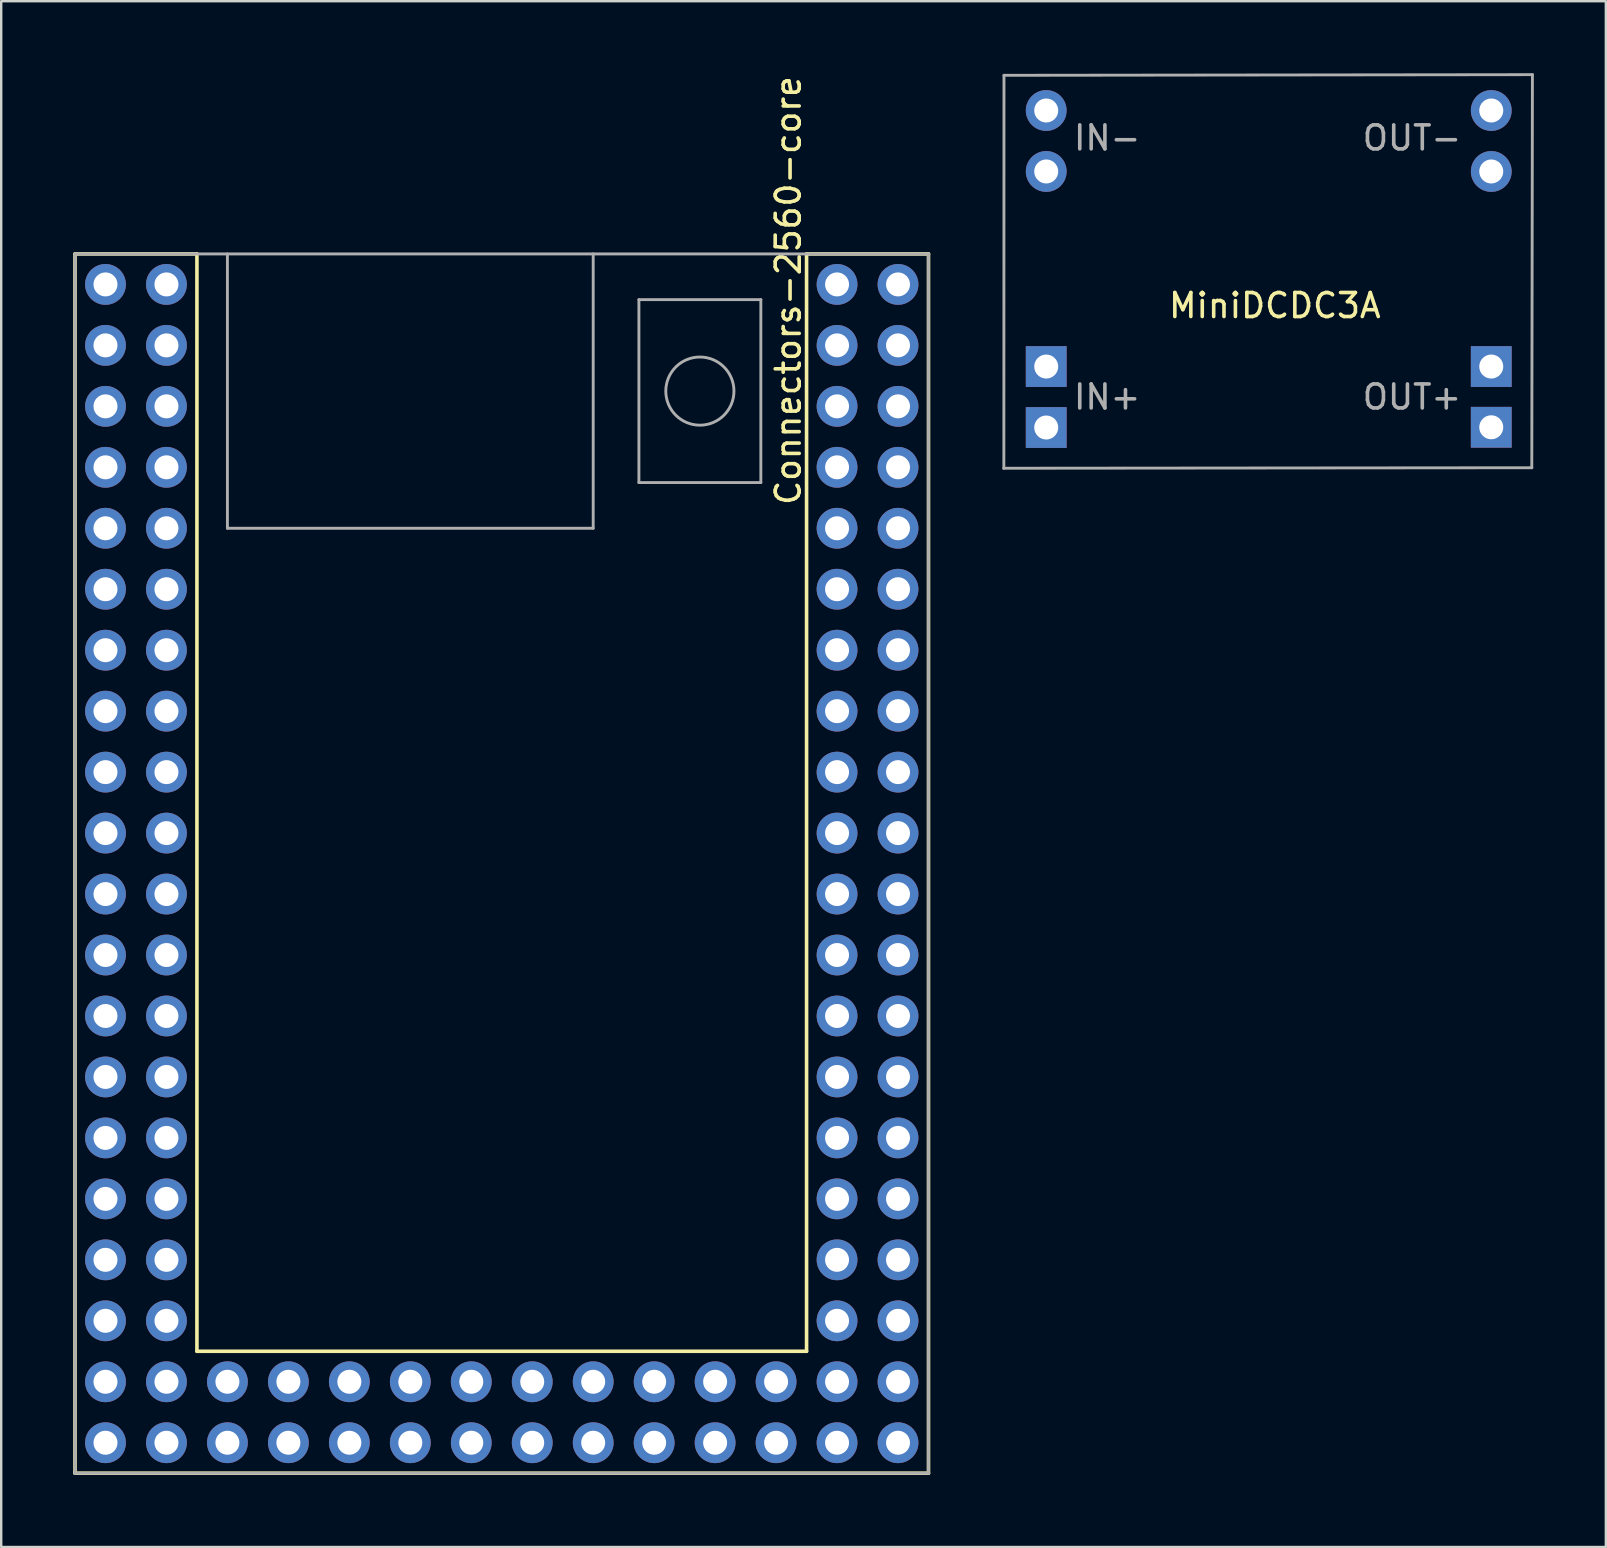
<source format=kicad_pcb>
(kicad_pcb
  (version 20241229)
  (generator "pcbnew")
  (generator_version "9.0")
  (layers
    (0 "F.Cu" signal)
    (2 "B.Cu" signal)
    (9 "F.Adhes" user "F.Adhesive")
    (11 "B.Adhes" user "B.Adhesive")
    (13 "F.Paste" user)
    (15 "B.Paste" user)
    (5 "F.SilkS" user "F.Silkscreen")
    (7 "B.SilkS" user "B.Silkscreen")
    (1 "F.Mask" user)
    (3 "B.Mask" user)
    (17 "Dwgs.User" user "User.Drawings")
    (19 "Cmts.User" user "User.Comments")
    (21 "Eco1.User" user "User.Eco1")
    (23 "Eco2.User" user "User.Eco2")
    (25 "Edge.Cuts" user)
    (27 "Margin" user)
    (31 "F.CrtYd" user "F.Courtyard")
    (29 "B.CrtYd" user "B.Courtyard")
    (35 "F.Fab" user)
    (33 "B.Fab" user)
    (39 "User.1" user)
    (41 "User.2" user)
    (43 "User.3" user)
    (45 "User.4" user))
  (footprint "MiniDCDC3A"
    (layer "F.Cu")
    (at 40.54 14.762)
    (property "Reference" "MiniDCDC3A" (at 9.525 -5.08 0) (layer "F.SilkS") (effects (font (size 1 1) (thickness 0.15))))
    (attr through_hole)
    (fp_line (start -1.77 1.697) (end 20.231 1.676) (stroke (width 0.12) (type solid)) (layer "F.Fab"))
    (fp_line (start -1.76 -14.674) (end -1.765 1.702) (stroke (width 0.12) (type solid)) (layer "F.Fab"))
    (fp_line (start 20.231 1.676) (end 20.257 -14.702) (stroke (width 0.12) (type solid)) (layer "F.Fab"))
    (fp_line (start 20.257 -14.702) (end -1.76 -14.674) (stroke (width 0.12) (type solid)) (layer "F.Fab"))
    (fp_text user "IN-" (at 2.54 -12.065 0) (layer "F.Fab") (effects (font (size 1 1) (thickness 0.15))))
    (fp_text user "OUT+" (at 15.24 -1.27 0) (layer "F.Fab") (effects (font (size 1 1) (thickness 0.15))))
    (fp_text user "OUT-" (at 15.24 -12.065 0) (layer "F.Fab") (effects (font (size 1 1) (thickness 0.15))))
    (fp_text user "IN+" (at 2.54 -1.27 0) (layer "F.Fab") (effects (font (size 1 1) (thickness 0.15))))
    (pad "1" thru_hole circle (at 0 -13.208) (size 1.7 1.7) (drill 1) (layers "*.Cu" "*.Mask"))
    (pad "2" thru_hole circle (at 0 -10.668) (size 1.7 1.7) (drill 1) (layers "*.Cu" "*.Mask"))
    (pad "3" thru_hole rect (at 0 -2.54) (size 1.7 1.7) (drill 1) (layers "*.Cu" "*.Mask"))
    (pad "4" thru_hole rect (at 0 0) (size 1.7 1.7) (drill 1) (layers "*.Cu" "*.Mask"))
    (pad "5" thru_hole rect (at 18.542 -0.01) (size 1.7 1.7) (drill 1) (layers "*.Cu" "*.Mask"))
    (pad "6" thru_hole rect (at 18.542 -2.54) (size 1.7 1.7) (drill 1) (layers "*.Cu" "*.Mask"))
    (pad "7" thru_hole circle (at 18.542 -10.668) (size 1.7 1.7) (drill 1) (layers "*.Cu" "*.Mask"))
    (pad "8" thru_hole circle (at 18.542 -13.208) (size 1.7 1.7) (drill 1) (layers "*.Cu" "*.Mask")))
  (footprint "Connectors-2560-core"
    (layer "F.Cu")
    (at 16.585 20.23)
    (property "Reference" "Connectors-2560-core" (at 13.208 -11.176 270) (layer "F.SilkS") (effects (font (size 1 1) (thickness 0.15))))
    (attr through_hole)
    (fp_line (start -16.51 -12.7) (end -16.51 38.1) (stroke (width 0.15) (type solid)) (layer "F.SilkS"))
    (fp_line (start -16.51 -12.7) (end -11.43 -12.7) (stroke (width 0.15) (type solid)) (layer "F.SilkS"))
    (fp_line (start -16.51 38.1) (end 19.05 38.1) (stroke (width 0.15) (type solid)) (layer "F.SilkS"))
    (fp_line (start -11.43 33.02) (end -11.43 -12.7) (stroke (width 0.15) (type solid)) (layer "F.SilkS"))
    (fp_line (start 13.97 33.02) (end -11.43 33.02) (stroke (width 0.15) (type solid)) (layer "F.SilkS"))
    (fp_line (start 13.97 33.02) (end 13.97 -12.7) (stroke (width 0.15) (type solid)) (layer "F.SilkS"))
    (fp_line (start 19.05 -12.7) (end 13.97 -12.7) (stroke (width 0.15) (type solid)) (layer "F.SilkS"))
    (fp_line (start 19.05 38.1) (end 19.05 -12.7) (stroke (width 0.15) (type solid)) (layer "F.SilkS"))
    (fp_line (start -16.51 -12.7) (end -16.51 38.1) (stroke (width 0.12) (type solid)) (layer "F.Fab"))
    (fp_line (start -16.51 38.1) (end 19.05 38.1) (stroke (width 0.12) (type solid)) (layer "F.Fab"))
    (fp_line (start -10.16 -12.7) (end -10.16 -1.27) (stroke (width 0.12) (type solid)) (layer "F.Fab"))
    (fp_line (start -10.16 -1.27) (end 5.08 -1.27) (stroke (width 0.12) (type solid)) (layer "F.Fab"))
    (fp_line (start 5.08 -1.27) (end 5.08 -12.7) (stroke (width 0.12) (type solid)) (layer "F.Fab"))
    (fp_line (start 6.985 -10.795) (end 6.985 -3.175) (stroke (width 0.12) (type solid)) (layer "F.Fab"))
    (fp_line (start 6.985 -3.175) (end 12.065 -3.175) (stroke (width 0.12) (type solid)) (layer "F.Fab"))
    (fp_line (start 12.065 -10.795) (end 6.985 -10.795) (stroke (width 0.12) (type solid)) (layer "F.Fab"))
    (fp_line (start 12.065 -3.175) (end 12.065 -10.795) (stroke (width 0.12) (type solid)) (layer "F.Fab"))
    (fp_line (start 19.05 -12.7) (end -16.51 -12.7) (stroke (width 0.12) (type solid)) (layer "F.Fab"))
    (fp_line (start 19.05 38.1) (end 19.05 -12.7) (stroke (width 0.12) (type solid)) (layer "F.Fab"))
    (fp_circle (center 9.525 -6.985) (end 10.16 -8.255) (stroke (width 0.12) (type solid)) (fill no) (layer "F.Fab"))
    (pad "A0" thru_hole circle (at 17.78 -3.81) (size 1.7 1.7) (drill 1) (layers "*.Cu" "*.Mask"))
    (pad "A1" thru_hole circle (at 15.24 -1.27) (size 1.7 1.7) (drill 1) (layers "*.Cu" "*.Mask"))
    (pad "A2" thru_hole circle (at 17.78 -1.27) (size 1.7 1.7) (drill 1) (layers "*.Cu" "*.Mask"))
    (pad "A3" thru_hole circle (at 15.24 1.27) (size 1.7 1.7) (drill 1) (layers "*.Cu" "*.Mask"))
    (pad "A4" thru_hole circle (at 17.78 1.27) (size 1.7 1.7) (drill 1) (layers "*.Cu" "*.Mask"))
    (pad "A5" thru_hole circle (at 15.24 3.81) (size 1.7 1.7) (drill 1) (layers "*.Cu" "*.Mask"))
    (pad "A6" thru_hole circle (at 17.78 3.81) (size 1.7 1.7) (drill 1) (layers "*.Cu" "*.Mask"))
    (pad "A7" thru_hole circle (at 15.24 6.35) (size 1.7 1.7) (drill 1) (layers "*.Cu" "*.Mask"))
    (pad "AC0" thru_hole circle (at 15.24 34.29) (size 1.7 1.7) (drill 1) (layers "*.Cu" "*.Mask"))
    (pad "AC1" thru_hole circle (at 17.78 31.75) (size 1.7 1.7) (drill 1) (layers "*.Cu" "*.Mask"))
    (pad "AC2" thru_hole circle (at 15.24 31.75) (size 1.7 1.7) (drill 1) (layers "*.Cu" "*.Mask"))
    (pad "AC3" thru_hole circle (at 17.78 29.21) (size 1.7 1.7) (drill 1) (layers "*.Cu" "*.Mask"))
    (pad "AC4" thru_hole circle (at 15.24 29.21) (size 1.7 1.7) (drill 1) (layers "*.Cu" "*.Mask"))
    (pad "AC5" thru_hole circle (at 17.78 26.67) (size 1.7 1.7) (drill 1) (layers "*.Cu" "*.Mask"))
    (pad "AC6" thru_hole circle (at 15.24 26.67) (size 1.7 1.7) (drill 1) (layers "*.Cu" "*.Mask"))
    (pad "AC7" thru_hole circle (at 17.78 24.13) (size 1.7 1.7) (drill 1) (layers "*.Cu" "*.Mask"))
    (pad "AC8" thru_hole circle (at 15.24 24.13) (size 1.7 1.7) (drill 1) (layers "*.Cu" "*.Mask"))
    (pad "AC9" thru_hole circle (at 17.78 21.59) (size 1.7 1.7) (drill 1) (layers "*.Cu" "*.Mask"))
    (pad "AC10" thru_hole circle (at 15.24 21.59) (size 1.7 1.7) (drill 1) (layers "*.Cu" "*.Mask"))
    (pad "AC11" thru_hole circle (at 17.78 19.05) (size 1.7 1.7) (drill 1) (layers "*.Cu" "*.Mask"))
    (pad "AC12" thru_hole circle (at 15.24 19.05) (size 1.7 1.7) (drill 1) (layers "*.Cu" "*.Mask"))
    (pad "AC13" thru_hole circle (at 17.78 16.51) (size 1.7 1.7) (drill 1) (layers "*.Cu" "*.Mask"))
    (pad "AC14" thru_hole circle (at 15.24 16.51) (size 1.7 1.7) (drill 1) (layers "*.Cu" "*.Mask"))
    (pad "AC15" thru_hole circle (at 17.78 13.97) (size 1.7 1.7) (drill 1) (layers "*.Cu" "*.Mask"))
    (pad "B0" thru_hole circle (at -15.24 16.51) (size 1.7 1.7) (drill 1) (layers "*.Cu" "*.Mask"))
    (pad "B1" thru_hole circle (at 15.24 -8.89) (size 1.7 1.7) (drill 1) (layers "*.Cu" "*.Mask"))
    (pad "B2" thru_hole circle (at 17.78 -8.89) (size 1.7 1.7) (drill 1) (layers "*.Cu" "*.Mask"))
    (pad "B3" thru_hole circle (at 15.24 -11.43) (size 1.7 1.7) (drill 1) (layers "*.Cu" "*.Mask"))
    (pad "B4" thru_hole circle (at -12.7 19.05) (size 1.7 1.7) (drill 1) (layers "*.Cu" "*.Mask"))
    (pad "B5" thru_hole circle (at -15.24 19.05) (size 1.7 1.7) (drill 1) (layers "*.Cu" "*.Mask"))
    (pad "B6" thru_hole circle (at -12.7 21.59) (size 1.7 1.7) (drill 1) (layers "*.Cu" "*.Mask"))
    (pad "B7" thru_hole circle (at -15.24 21.59) (size 1.7 1.7) (drill 1) (layers "*.Cu" "*.Mask"))
    (pad "C0" thru_hole circle (at 2.54 34.29) (size 1.7 1.7) (drill 1) (layers "*.Cu" "*.Mask"))
    (pad "C1" thru_hole circle (at 2.54 36.83) (size 1.7 1.7) (drill 1) (layers "*.Cu" "*.Mask"))
    (pad "C2" thru_hole circle (at 5.08 34.29) (size 1.7 1.7) (drill 1) (layers "*.Cu" "*.Mask"))
    (pad "C3" thru_hole circle (at 5.08 36.83) (size 1.7 1.7) (drill 1) (layers "*.Cu" "*.Mask"))
    (pad "C4" thru_hole circle (at 7.62 34.29) (size 1.7 1.7) (drill 1) (layers "*.Cu" "*.Mask"))
    (pad "C5" thru_hole circle (at 7.62 36.83) (size 1.7 1.7) (drill 1) (layers "*.Cu" "*.Mask"))
    (pad "C6" thru_hole circle (at 10.16 34.29) (size 1.7 1.7) (drill 1) (layers "*.Cu" "*.Mask"))
    (pad "C7" thru_hole circle (at 10.16 36.83) (size 1.7 1.7) (drill 1) (layers "*.Cu" "*.Mask"))
    (pad "D0" thru_hole circle (at -15.24 8.89) (size 1.7 1.7) (drill 1) (layers "*.Cu" "*.Mask"))
    (pad "D1" thru_hole circle (at -12.7 8.89) (size 1.7 1.7) (drill 1) (layers "*.Cu" "*.Mask"))
    (pad "D2" thru_hole circle (at -15.24 6.35) (size 1.7 1.7) (drill 1) (layers "*.Cu" "*.Mask"))
    (pad "D3" thru_hole circle (at -12.7 6.35) (size 1.7 1.7) (drill 1) (layers "*.Cu" "*.Mask"))
    (pad "D4" thru_hole circle (at -5.08 34.29) (size 1.7 1.7) (drill 1) (layers "*.Cu" "*.Mask"))
    (pad "D5" thru_hole circle (at -5.08 36.83) (size 1.7 1.7) (drill 1) (layers "*.Cu" "*.Mask"))
    (pad "D6" thru_hole circle (at -2.54 34.29) (size 1.7 1.7) (drill 1) (layers "*.Cu" "*.Mask"))
    (pad "D7" thru_hole circle (at -2.54 36.83) (size 1.7 1.7) (drill 1) (layers "*.Cu" "*.Mask"))
    (pad "E0" thru_hole circle (at -15.24 -8.89) (size 1.7 1.7) (drill 1) (layers "*.Cu" "*.Mask"))
    (pad "E1" thru_hole circle (at -12.7 -6.35) (size 1.7 1.7) (drill 1) (layers "*.Cu" "*.Mask"))
    (pad "E3" thru_hole circle (at -15.24 -6.35) (size 1.7 1.7) (drill 1) (layers "*.Cu" "*.Mask"))
    (pad "E4" thru_hole circle (at -12.7 -3.81) (size 1.7 1.7) (drill 1) (layers "*.Cu" "*.Mask"))
    (pad "E5" thru_hole circle (at -15.24 -3.81) (size 1.7 1.7) (drill 1) (layers "*.Cu" "*.Mask"))
    (pad "E6" thru_hole circle (at -12.7 -1.27) (size 1.7 1.7) (drill 1) (layers "*.Cu" "*.Mask"))
    (pad "E7" thru_hole circle (at -15.24 -1.27) (size 1.7 1.7) (drill 1) (layers "*.Cu" "*.Mask"))
    (pad "G0" thru_hole circle (at 0 34.29) (size 1.7 1.7) (drill 1) (layers "*.Cu" "*.Mask"))
    (pad "G1" thru_hole circle (at 0 36.83) (size 1.7 1.7) (drill 1) (layers "*.Cu" "*.Mask"))
    (pad "G2" thru_hole circle (at 17.78 6.35) (size 1.7 1.7) (drill 1) (layers "*.Cu" "*.Mask"))
    (pad "G3" thru_hole circle (at -15.24 34.29) (size 1.7 1.7) (drill 1) (layers "*.Cu" "*.Mask"))
    (pad "G4" thru_hole circle (at -7.62 36.83) (size 1.7 1.7) (drill 1) (layers "*.Cu" "*.Mask"))
    (pad "G5" thru_hole circle (at -12.7 -8.89) (size 1.7 1.7) (drill 1) (layers "*.Cu" "*.Mask"))
    (pad "GND" thru_hole circle (at -15.24 36.83) (size 1.7 1.7) (drill 1) (layers "*.Cu" "*.Mask"))
    (pad "GND" thru_hole circle (at -12.7 36.83) (size 1.7 1.7) (drill 1) (layers "*.Cu" "*.Mask"))
    (pad "GND" thru_hole circle (at -10.16 34.29) (size 1.7 1.7) (drill 1) (layers "*.Cu" "*.Mask"))
    (pad "GND" thru_hole circle (at -10.16 36.83) (size 1.7 1.7) (drill 1) (layers "*.Cu" "*.Mask"))
    (pad "GND" thru_hole circle (at 15.24 36.83) (size 1.7 1.7) (drill 1) (layers "*.Cu" "*.Mask"))
    (pad "GND" thru_hole circle (at 17.78 -6.35) (size 1.7 1.7) (drill 1) (layers "*.Cu" "*.Mask"))
    (pad "GND" thru_hole circle (at 17.78 36.83) (size 1.7 1.7) (drill 1) (layers "*.Cu" "*.Mask"))
    (pad "H0" thru_hole circle (at -15.24 3.81) (size 1.7 1.7) (drill 1) (layers "*.Cu" "*.Mask"))
    (pad "H1" thru_hole circle (at -12.7 3.81) (size 1.7 1.7) (drill 1) (layers "*.Cu" "*.Mask"))
    (pad "H2" thru_hole circle (at -12.7 11.43) (size 1.7 1.7) (drill 1) (layers "*.Cu" "*.Mask"))
    (pad "H3" thru_hole circle (at -15.24 11.43) (size 1.7 1.7) (drill 1) (layers "*.Cu" "*.Mask"))
    (pad "H4" thru_hole circle (at -12.7 13.97) (size 1.7 1.7) (drill 1) (layers "*.Cu" "*.Mask"))
    (pad "H5" thru_hole circle (at -15.24 13.97) (size 1.7 1.7) (drill 1) (layers "*.Cu" "*.Mask"))
    (pad "H6" thru_hole circle (at -12.7 16.51) (size 1.7 1.7) (drill 1) (layers "*.Cu" "*.Mask"))
    (pad "H7" thru_hole circle (at -12.7 34.29) (size 1.7 1.7) (drill 1) (layers "*.Cu" "*.Mask"))
    (pad "J0" thru_hole circle (at -15.24 1.27) (size 1.7 1.7) (drill 1) (layers "*.Cu" "*.Mask"))
    (pad "J1" thru_hole circle (at -12.7 1.27) (size 1.7 1.7) (drill 1) (layers "*.Cu" "*.Mask"))
    (pad "J2" thru_hole circle (at 15.24 13.97) (size 1.7 1.7) (drill 1) (layers "*.Cu" "*.Mask"))
    (pad "J3" thru_hole circle (at 17.78 11.43) (size 1.7 1.7) (drill 1) (layers "*.Cu" "*.Mask"))
    (pad "J4" thru_hole circle (at 15.24 11.43) (size 1.7 1.7) (drill 1) (layers "*.Cu" "*.Mask"))
    (pad "J5" thru_hole circle (at 17.78 8.89) (size 1.7 1.7) (drill 1) (layers "*.Cu" "*.Mask"))
    (pad "J6" thru_hole circle (at 15.24 8.89) (size 1.7 1.7) (drill 1) (layers "*.Cu" "*.Mask"))
    (pad "J7" thru_hole circle (at 15.24 -3.81) (size 1.7 1.7) (drill 1) (layers "*.Cu" "*.Mask"))
    (pad "L0" thru_hole circle (at -12.7 24.13) (size 1.7 1.7) (drill 1) (layers "*.Cu" "*.Mask"))
    (pad "L1" thru_hole circle (at -15.24 24.13) (size 1.7 1.7) (drill 1) (layers "*.Cu" "*.Mask"))
    (pad "L2" thru_hole circle (at -12.7 26.67) (size 1.7 1.7) (drill 1) (layers "*.Cu" "*.Mask"))
    (pad "L3" thru_hole circle (at -15.24 26.67) (size 1.7 1.7) (drill 1) (layers "*.Cu" "*.Mask"))
    (pad "L4" thru_hole circle (at -12.7 29.21) (size 1.7 1.7) (drill 1) (layers "*.Cu" "*.Mask"))
    (pad "L5" thru_hole circle (at -15.24 29.21) (size 1.7 1.7) (drill 1) (layers "*.Cu" "*.Mask"))
    (pad "L6" thru_hole circle (at -12.7 31.75) (size 1.7 1.7) (drill 1) (layers "*.Cu" "*.Mask"))
    (pad "L7" thru_hole circle (at -15.24 31.75) (size 1.7 1.7) (drill 1) (layers "*.Cu" "*.Mask"))
    (pad "NC" thru_hole circle (at -7.62 34.29) (size 1.7 1.7) (drill 1) (layers "*.Cu" "*.Mask"))
    (pad "RST" thru_hole circle (at 15.24 -6.35) (size 1.7 1.7) (drill 1) (layers "*.Cu" "*.Mask"))
    (pad "VCC" thru_hole circle (at -15.24 -11.43) (size 1.7 1.7) (drill 1) (layers "*.Cu" "*.Mask"))
    (pad "VCC" thru_hole circle (at -12.7 -11.43) (size 1.7 1.7) (drill 1) (layers "*.Cu" "*.Mask"))
    (pad "VCC" thru_hole circle (at 12.7 34.29) (size 1.7 1.7) (drill 1) (layers "*.Cu" "*.Mask"))
    (pad "VCC" thru_hole circle (at 12.7 36.83) (size 1.7 1.7) (drill 1) (layers "*.Cu" "*.Mask"))
    (pad "VCC" thru_hole circle (at 17.78 -11.43) (size 1.7 1.7) (drill 1) (layers "*.Cu" "*.Mask"))
    (pad "VREF" thru_hole circle (at 17.78 34.29) (size 1.7 1.7) (drill 1) (layers "*.Cu" "*.Mask")))
  (gr_rect
    (start -3 -3)
    (end 63.857 61.405)
    (stroke (width 0.1) (type default))
    (fill no)
    (layer "Edge.Cuts")))
</source>
